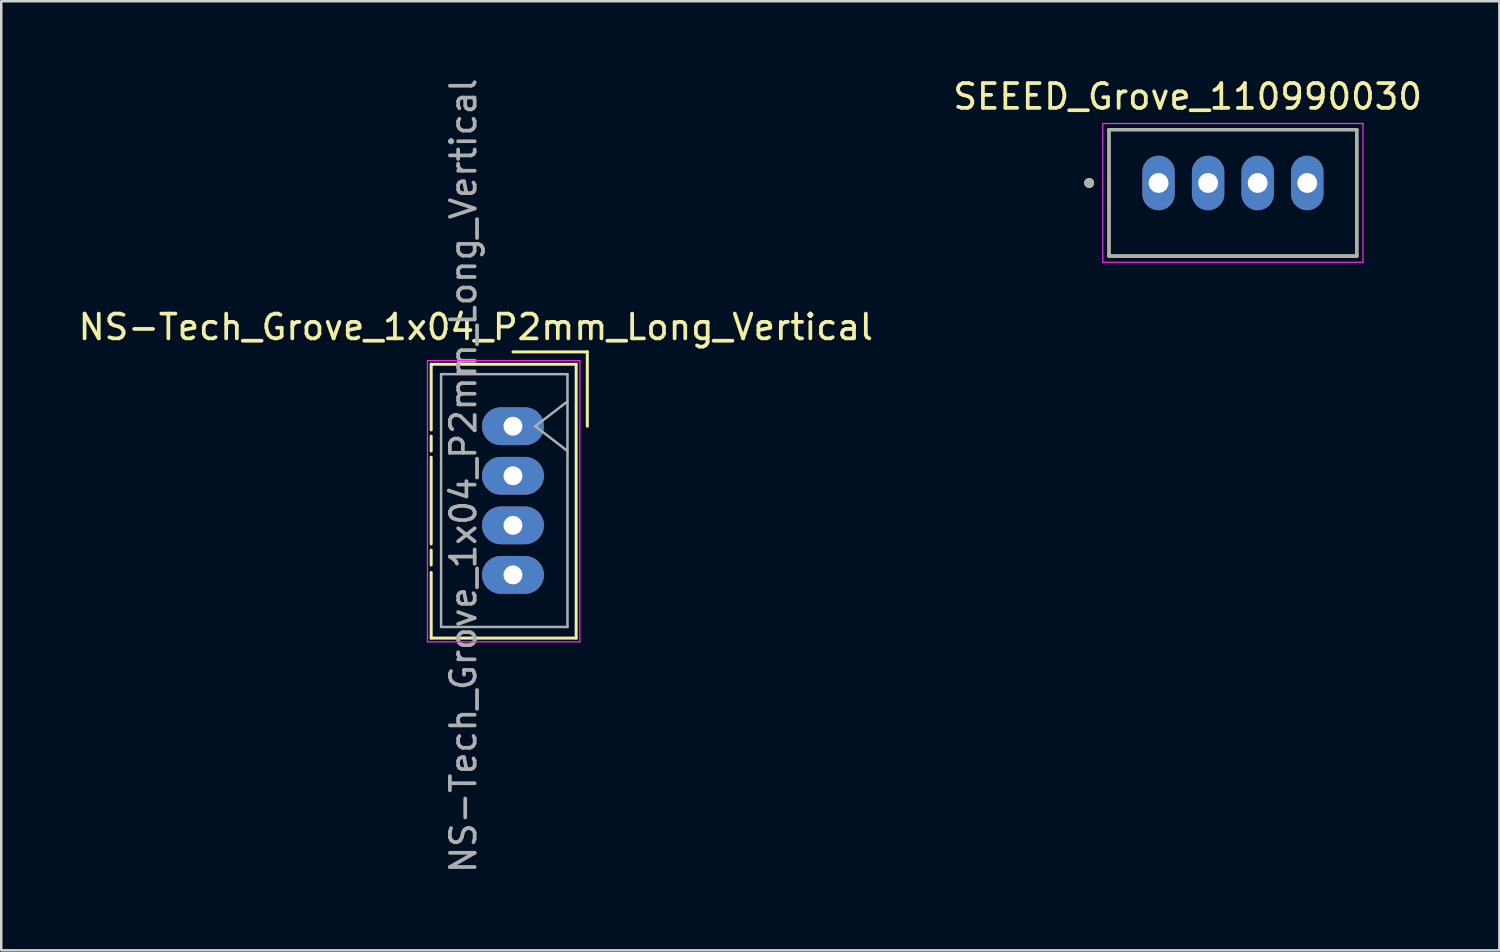
<source format=kicad_pcb>
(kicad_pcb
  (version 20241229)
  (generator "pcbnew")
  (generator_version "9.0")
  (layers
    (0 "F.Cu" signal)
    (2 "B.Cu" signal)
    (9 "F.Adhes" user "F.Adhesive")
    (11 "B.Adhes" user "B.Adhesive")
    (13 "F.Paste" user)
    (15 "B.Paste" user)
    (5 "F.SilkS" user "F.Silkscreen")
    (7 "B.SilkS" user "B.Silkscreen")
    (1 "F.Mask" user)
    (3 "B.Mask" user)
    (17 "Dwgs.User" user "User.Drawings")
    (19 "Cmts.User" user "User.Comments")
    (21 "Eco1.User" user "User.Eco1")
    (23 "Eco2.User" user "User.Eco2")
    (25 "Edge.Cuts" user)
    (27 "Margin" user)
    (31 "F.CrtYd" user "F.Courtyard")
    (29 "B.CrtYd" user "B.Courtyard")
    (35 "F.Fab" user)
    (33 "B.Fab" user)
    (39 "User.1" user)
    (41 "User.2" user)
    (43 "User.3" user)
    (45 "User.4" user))
  (footprint "SEEED_Grove_110990030"
    (layer "F.Cu")
    (at 46.7 4.333)
    (property "Reference" "SEEED_Grove_110990030" (at -1.825 -3.485 0) (layer "F.SilkS") (effects (font (size 1 1) (thickness 0.15))))
    (attr through_hole)
    (fp_line (start -5 -2.15) (end 5 -2.15) (stroke (width 0.127) (type solid)) (layer "F.SilkS"))
    (fp_line (start -5 2.95) (end -5 -2.15) (stroke (width 0.127) (type solid)) (layer "F.SilkS"))
    (fp_line (start 5 -2.15) (end 5 2.95) (stroke (width 0.127) (type solid)) (layer "F.SilkS"))
    (fp_line (start 5 2.95) (end -5 2.95) (stroke (width 0.127) (type solid)) (layer "F.SilkS"))
    (fp_circle (center -5.8 0) (end -5.7 0) (stroke (width 0.2) (type solid)) (fill no) (layer "F.SilkS"))
    (fp_line (start -5.25 -2.4) (end 5.25 -2.4) (stroke (width 0.05) (type solid)) (layer "F.CrtYd"))
    (fp_line (start -5.25 3.2) (end -5.25 -2.4) (stroke (width 0.05) (type solid)) (layer "F.CrtYd"))
    (fp_line (start 5.25 -2.4) (end 5.25 3.2) (stroke (width 0.05) (type solid)) (layer "F.CrtYd"))
    (fp_line (start 5.25 3.2) (end -5.25 3.2) (stroke (width 0.05) (type solid)) (layer "F.CrtYd"))
    (fp_line (start -5 -2.15) (end 5 -2.15) (stroke (width 0.127) (type solid)) (layer "F.Fab"))
    (fp_line (start -5 2.95) (end -5 -2.15) (stroke (width 0.127) (type solid)) (layer "F.Fab"))
    (fp_line (start 5 -2.15) (end 5 2.95) (stroke (width 0.127) (type solid)) (layer "F.Fab"))
    (fp_line (start 5 2.95) (end -5 2.95) (stroke (width 0.127) (type solid)) (layer "F.Fab"))
    (fp_circle (center -5.8 0) (end -5.7 0) (stroke (width 0.2) (type solid)) (fill no) (layer "F.Fab"))
    (pad "1" thru_hole oval (at -3 0) (size 1.308 2.2) (drill 0.8) (layers "*.Cu" "*.Mask"))
    (pad "2" thru_hole oval (at -1 0) (size 1.308 2.2) (drill 0.8) (layers "*.Cu" "*.Mask"))
    (pad "3" thru_hole oval (at 1 0) (size 1.308 2.2) (drill 0.8) (layers "*.Cu" "*.Mask"))
    (pad "4" thru_hole oval (at 3 0) (size 1.308 2.2) (drill 0.8) (layers "*.Cu" "*.Mask")))
  (footprint "NS-Tech_Grove_1x04_P2mm_Long_Vertical"
    (layer "F.Cu")
    (at 17.649 14.149)
    (property "Reference" "NS-Tech_Grove_1x04_P2mm_Long_Vertical" (at -1.5 -4 0) (layer "F.SilkS") (effects (font (size 1 1) (thickness 0.15))))
    (attr through_hole)
    (fp_line (start -3.3 -2.5) (end -3.3 0.15) (stroke (width 0.12) (type solid)) (layer "F.SilkS"))
    (fp_line (start -3.3 -2.5) (end 2.55 -2.5) (stroke (width 0.12) (type solid)) (layer "F.SilkS"))
    (fp_line (start -3.3 0.4) (end -3.3 1) (stroke (width 0.12) (type solid)) (layer "F.SilkS"))
    (fp_line (start -3.3 1.25) (end -3.3 4.75) (stroke (width 0.12) (type solid)) (layer "F.SilkS"))
    (fp_line (start -3.3 5) (end -3.3 5.6) (stroke (width 0.12) (type solid)) (layer "F.SilkS"))
    (fp_line (start -3.3 5.9) (end -3.3 8.55) (stroke (width 0.12) (type solid)) (layer "F.SilkS"))
    (fp_line (start -3.3 8.55) (end 2.55 8.55) (stroke (width 0.12) (type solid)) (layer "F.SilkS"))
    (fp_line (start 0 -3) (end 3 -3) (stroke (width 0.12) (type solid)) (layer "F.SilkS"))
    (fp_line (start 2.55 -2.5) (end 2.55 8.55) (stroke (width 0.12) (type solid)) (layer "F.SilkS"))
    (fp_line (start 3 -3) (end 3 0) (stroke (width 0.12) (type solid)) (layer "F.SilkS"))
    (fp_line (start -3.45 -2.65) (end -3.45 8.7) (stroke (width 0.05) (type solid)) (layer "F.CrtYd"))
    (fp_line (start -3.45 -2.65) (end 2.7 -2.65) (stroke (width 0.05) (type solid)) (layer "F.CrtYd"))
    (fp_line (start -3.45 8.7) (end 2.7 8.7) (stroke (width 0.05) (type solid)) (layer "F.CrtYd"))
    (fp_line (start 2.7 8.7) (end 2.7 -2.65) (stroke (width 0.05) (type solid)) (layer "F.CrtYd"))
    (fp_line (start -2.9 -2.1) (end 2.2 -2.1) (stroke (width 0.1) (type solid)) (layer "F.Fab"))
    (fp_line (start -2.9 8.1) (end -2.9 -2.1) (stroke (width 0.1) (type solid)) (layer "F.Fab"))
    (fp_line (start 0.9 0) (end 2.2 1) (stroke (width 0.1) (type solid)) (layer "F.Fab"))
    (fp_line (start 2.2 -2.1) (end 2.2 8.1) (stroke (width 0.1) (type solid)) (layer "F.Fab"))
    (fp_line (start 2.2 -1) (end 0.9 0) (stroke (width 0.1) (type solid)) (layer "F.Fab"))
    (fp_line (start 2.2 8.1) (end -2.9 8.1) (stroke (width 0.1) (type solid)) (layer "F.Fab"))
    (fp_text user "${REFERENCE}" (at -2 2 90) (layer "F.Fab") (effects (font (size 1 1) (thickness 0.15))))
    (pad "1" thru_hole oval (at 0 0) (size 2.5 1.524) (drill 0.762) (layers "*.Cu" "*.Mask"))
    (pad "2" thru_hole oval (at 0 2) (size 2.5 1.524) (drill 0.762) (layers "*.Cu" "*.Mask"))
    (pad "3" thru_hole oval (at 0 4) (size 2.5 1.524) (drill 0.762) (layers "*.Cu" "*.Mask"))
    (pad "4" thru_hole oval (at 0 6) (size 2.5 1.524) (drill 0.762) (layers "*.Cu" "*.Mask")))
  (gr_rect
    (start -3 -3)
    (end 57.452 35.298)
    (stroke (width 0.1) (type default))
    (fill no)
    (layer "Edge.Cuts")))
</source>
